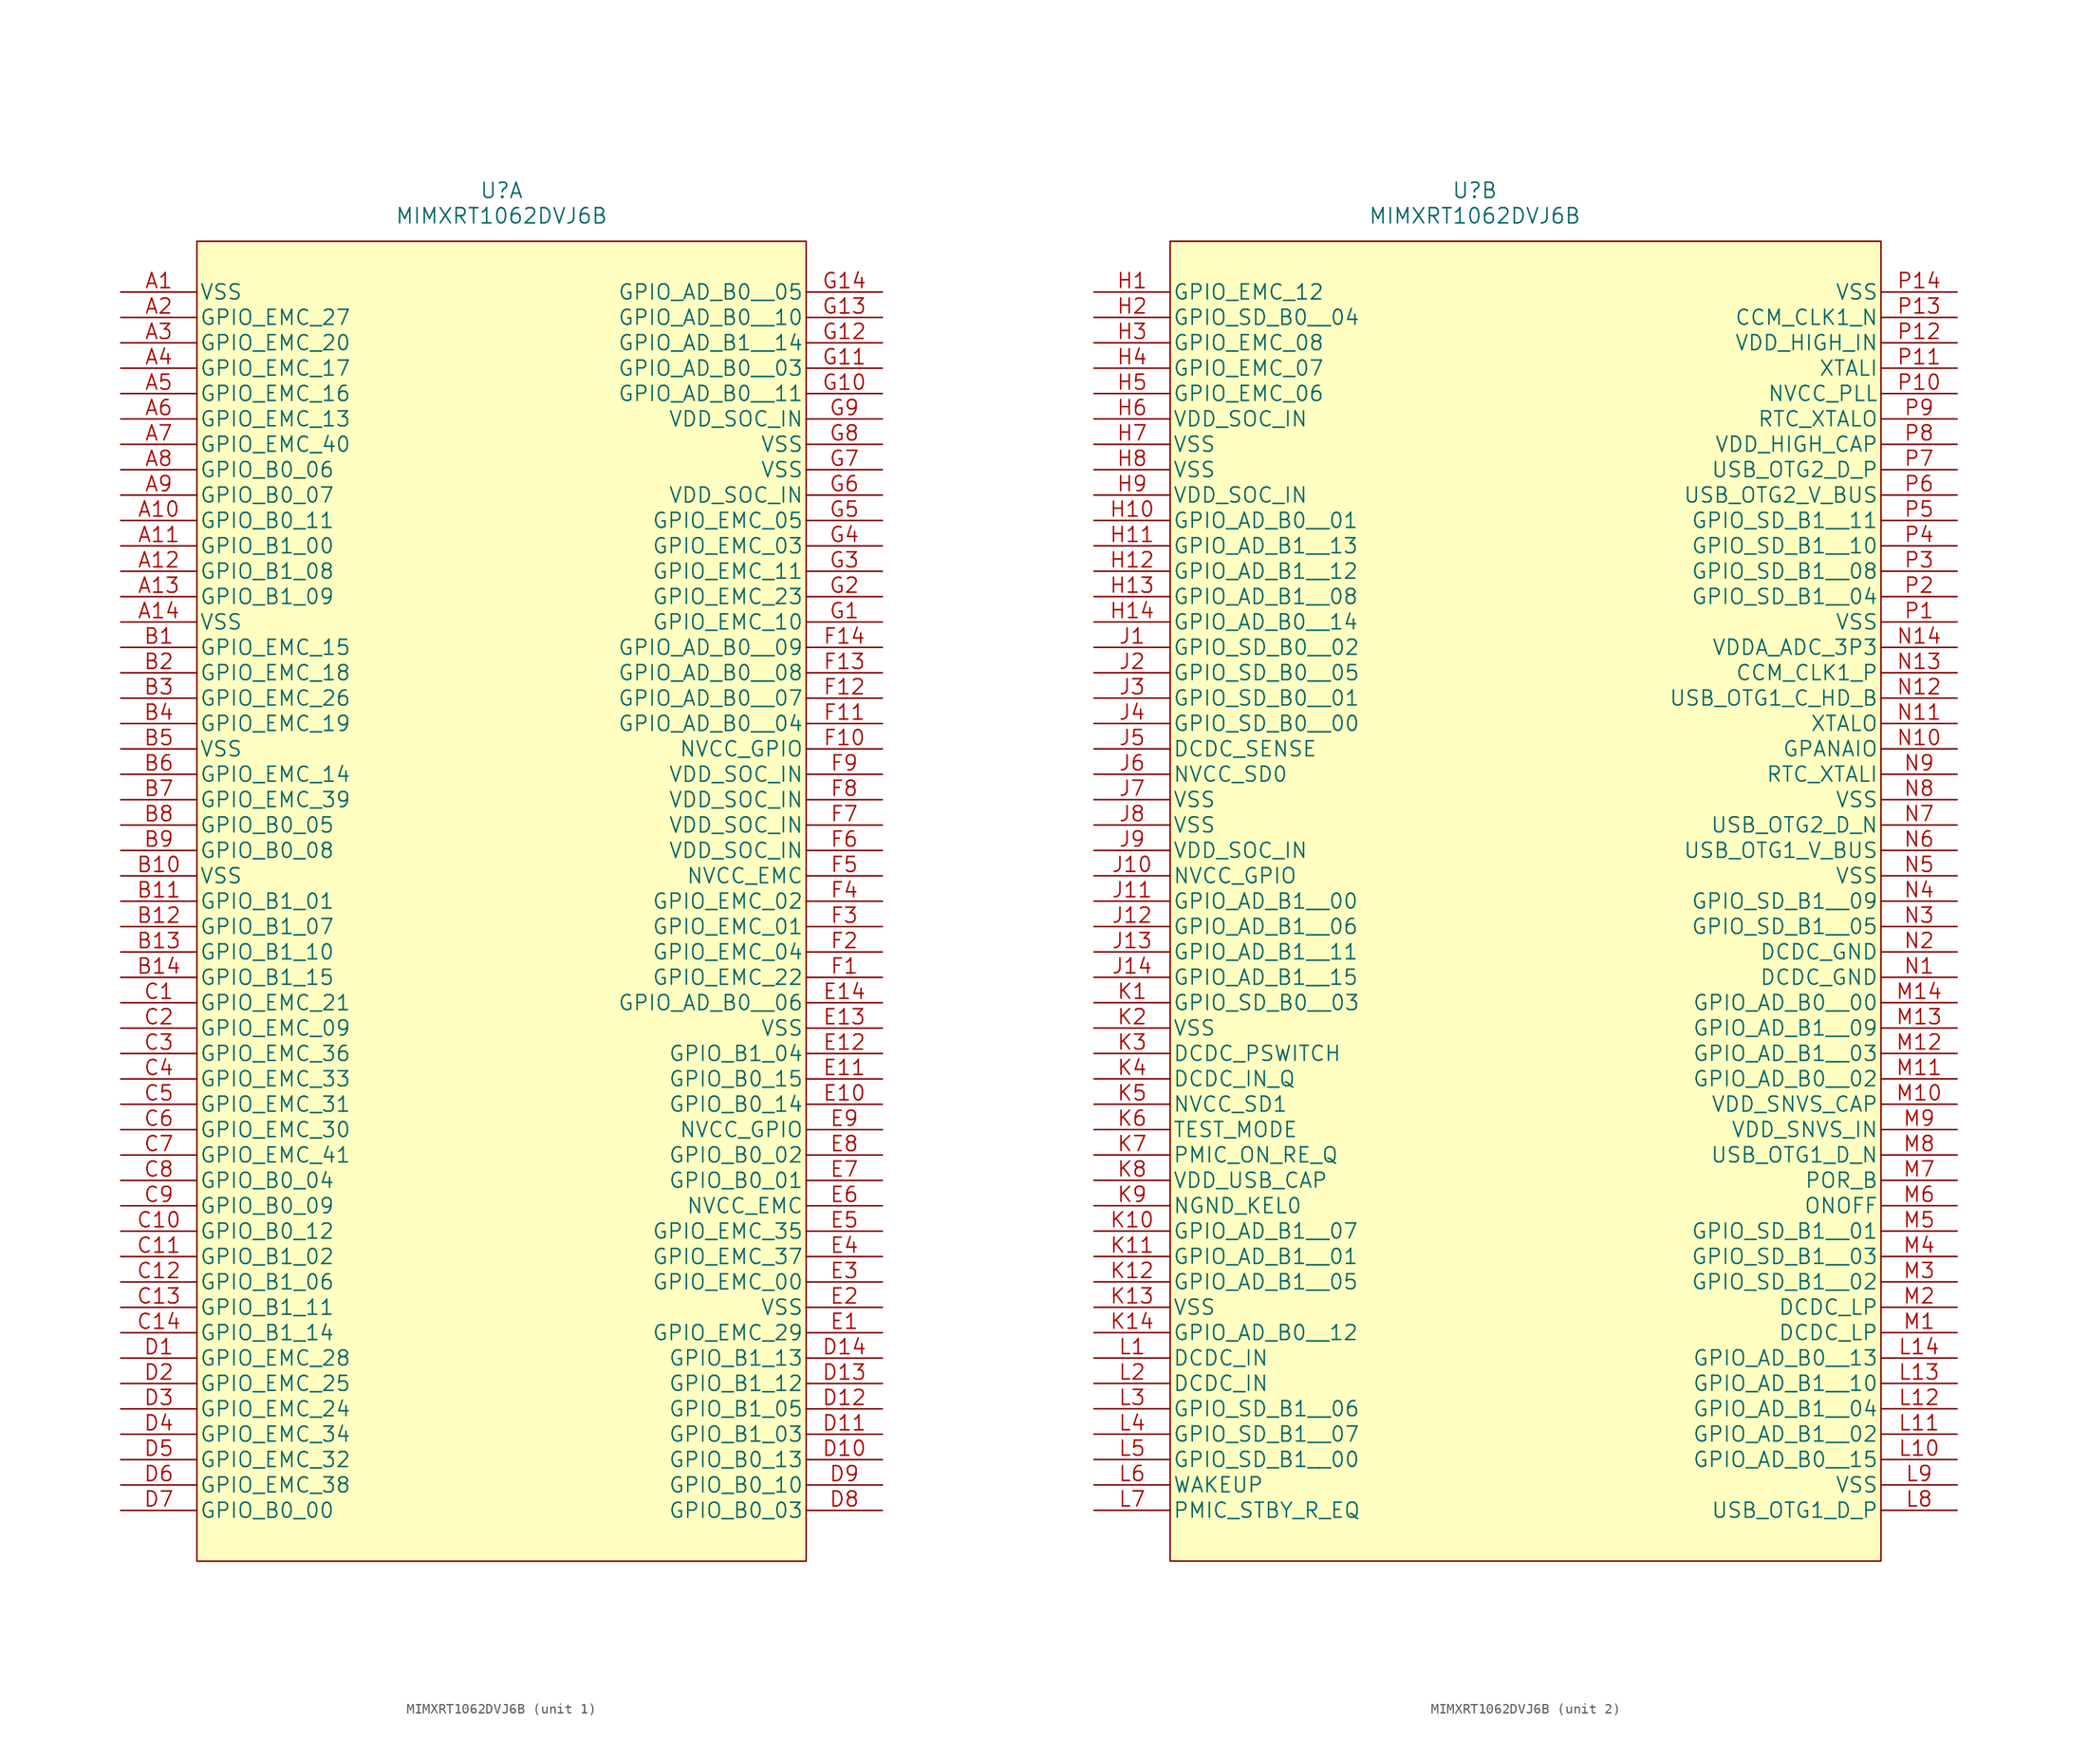
<source format=kicad_sym>
(kicad_symbol_lib
  (version 20220914)
  (generator kicad_symbol_editor)
  (symbol "MIMXRT1062DVJ6B"
    (pin_names
      (offset 0.254))
    (property "Reference" "U"
      (at 38.1 10.16 0)
      (effects (font (size 1.524 1.524))))
    (property "Value" "MIMXRT1062DVJ6B"
      (at 38.1 7.62 0)
      (effects (font (size 1.524 1.524))))
    (property "Datasheet" ""
      (at 0 0 0)
      (effects (font (size 1.524 1.524))))
    (property "ki_locked" ""
      (at 0 0 0)
      (effects (font (size 1.27 1.27))))
    (symbol "MIMXRT1062DVJ6B_1_1"
      (rectangle (start 7.62 5.08) (end 68.58 -127) (stroke (width 0) (type solid)) (fill (type background)))
      (pin power_in line (at 0 0 0) (length 7.62) (name "VSS" (effects (font (size 1.499 1.499)))) (number "A1" (effects (font (size 1.499 1.499)))))
      (pin bidirectional line (at 0 -22.86 0) (length 7.62) (name "GPIO_B0_11" (effects (font (size 1.499 1.499)))) (number "A10" (effects (font (size 1.499 1.499)))))
      (pin bidirectional line (at 0 -25.4 0) (length 7.62) (name "GPIO_B1_00" (effects (font (size 1.499 1.499)))) (number "A11" (effects (font (size 1.499 1.499)))))
      (pin bidirectional line (at 0 -27.94 0) (length 7.62) (name "GPIO_B1_08" (effects (font (size 1.499 1.499)))) (number "A12" (effects (font (size 1.499 1.499)))))
      (pin bidirectional line (at 0 -30.48 0) (length 7.62) (name "GPIO_B1_09" (effects (font (size 1.499 1.499)))) (number "A13" (effects (font (size 1.499 1.499)))))
      (pin power_in line (at 0 -33.02 0) (length 7.62) (name "VSS" (effects (font (size 1.499 1.499)))) (number "A14" (effects (font (size 1.499 1.499)))))
      (pin bidirectional line (at 0 -2.54 0) (length 7.62) (name "GPIO_EMC_27" (effects (font (size 1.499 1.499)))) (number "A2" (effects (font (size 1.499 1.499)))))
      (pin bidirectional line (at 0 -5.08 0) (length 7.62) (name "GPIO_EMC_20" (effects (font (size 1.499 1.499)))) (number "A3" (effects (font (size 1.499 1.499)))))
      (pin bidirectional line (at 0 -7.62 0) (length 7.62) (name "GPIO_EMC_17" (effects (font (size 1.499 1.499)))) (number "A4" (effects (font (size 1.499 1.499)))))
      (pin bidirectional line (at 0 -10.16 0) (length 7.62) (name "GPIO_EMC_16" (effects (font (size 1.499 1.499)))) (number "A5" (effects (font (size 1.499 1.499)))))
      (pin bidirectional line (at 0 -12.7 0) (length 7.62) (name "GPIO_EMC_13" (effects (font (size 1.499 1.499)))) (number "A6" (effects (font (size 1.499 1.499)))))
      (pin bidirectional line (at 0 -15.24 0) (length 7.62) (name "GPIO_EMC_40" (effects (font (size 1.499 1.499)))) (number "A7" (effects (font (size 1.499 1.499)))))
      (pin bidirectional line (at 0 -17.78 0) (length 7.62) (name "GPIO_B0_06" (effects (font (size 1.499 1.499)))) (number "A8" (effects (font (size 1.499 1.499)))))
      (pin bidirectional line (at 0 -20.32 0) (length 7.62) (name "GPIO_B0_07" (effects (font (size 1.499 1.499)))) (number "A9" (effects (font (size 1.499 1.499)))))
      (pin bidirectional line (at 0 -35.56 0) (length 7.62) (name "GPIO_EMC_15" (effects (font (size 1.499 1.499)))) (number "B1" (effects (font (size 1.499 1.499)))))
      (pin bidirectional line (at 0 -58.42 0) (length 7.62) (name "VSS" (effects (font (size 1.499 1.499)))) (number "B10" (effects (font (size 1.499 1.499)))))
      (pin bidirectional line (at 0 -60.96 0) (length 7.62) (name "GPIO_B1_01" (effects (font (size 1.499 1.499)))) (number "B11" (effects (font (size 1.499 1.499)))))
      (pin bidirectional line (at 0 -63.5 0) (length 7.62) (name "GPIO_B1_07" (effects (font (size 1.499 1.499)))) (number "B12" (effects (font (size 1.499 1.499)))))
      (pin bidirectional line (at 0 -66.04 0) (length 7.62) (name "GPIO_B1_10" (effects (font (size 1.499 1.499)))) (number "B13" (effects (font (size 1.499 1.499)))))
      (pin bidirectional line (at 0 -68.58 0) (length 7.62) (name "GPIO_B1_15" (effects (font (size 1.499 1.499)))) (number "B14" (effects (font (size 1.499 1.499)))))
      (pin bidirectional line (at 0 -38.1 0) (length 7.62) (name "GPIO_EMC_18" (effects (font (size 1.499 1.499)))) (number "B2" (effects (font (size 1.499 1.499)))))
      (pin bidirectional line (at 0 -40.64 0) (length 7.62) (name "GPIO_EMC_26" (effects (font (size 1.499 1.499)))) (number "B3" (effects (font (size 1.499 1.499)))))
      (pin bidirectional line (at 0 -43.18 0) (length 7.62) (name "GPIO_EMC_19" (effects (font (size 1.499 1.499)))) (number "B4" (effects (font (size 1.499 1.499)))))
      (pin bidirectional line (at 0 -45.72 0) (length 7.62) (name "VSS" (effects (font (size 1.499 1.499)))) (number "B5" (effects (font (size 1.499 1.499)))))
      (pin bidirectional line (at 0 -48.26 0) (length 7.62) (name "GPIO_EMC_14" (effects (font (size 1.499 1.499)))) (number "B6" (effects (font (size 1.499 1.499)))))
      (pin bidirectional line (at 0 -50.8 0) (length 7.62) (name "GPIO_EMC_39" (effects (font (size 1.499 1.499)))) (number "B7" (effects (font (size 1.499 1.499)))))
      (pin bidirectional line (at 0 -53.34 0) (length 7.62) (name "GPIO_B0_05" (effects (font (size 1.499 1.499)))) (number "B8" (effects (font (size 1.499 1.499)))))
      (pin bidirectional line (at 0 -55.88 0) (length 7.62) (name "GPIO_B0_08" (effects (font (size 1.499 1.499)))) (number "B9" (effects (font (size 1.499 1.499)))))
      (pin bidirectional line (at 0 -71.12 0) (length 7.62) (name "GPIO_EMC_21" (effects (font (size 1.499 1.499)))) (number "C1" (effects (font (size 1.499 1.499)))))
      (pin power_in line (at 0 -93.98 0) (length 7.62) (name "GPIO_B0_12" (effects (font (size 1.499 1.499)))) (number "C10" (effects (font (size 1.499 1.499)))))
      (pin bidirectional line (at 0 -96.52 0) (length 7.62) (name "GPIO_B1_02" (effects (font (size 1.499 1.499)))) (number "C11" (effects (font (size 1.499 1.499)))))
      (pin bidirectional line (at 0 -99.06 0) (length 7.62) (name "GPIO_B1_06" (effects (font (size 1.499 1.499)))) (number "C12" (effects (font (size 1.499 1.499)))))
      (pin bidirectional line (at 0 -101.6 0) (length 7.62) (name "GPIO_B1_11" (effects (font (size 1.499 1.499)))) (number "C13" (effects (font (size 1.499 1.499)))))
      (pin power_in line (at 0 -104.14 0) (length 7.62) (name "GPIO_B1_14" (effects (font (size 1.499 1.499)))) (number "C14" (effects (font (size 1.499 1.499)))))
      (pin bidirectional line (at 0 -73.66 0) (length 7.62) (name "GPIO_EMC_09" (effects (font (size 1.499 1.499)))) (number "C2" (effects (font (size 1.499 1.499)))))
      (pin bidirectional line (at 0 -76.2 0) (length 7.62) (name "GPIO_EMC_36" (effects (font (size 1.499 1.499)))) (number "C3" (effects (font (size 1.499 1.499)))))
      (pin bidirectional line (at 0 -78.74 0) (length 7.62) (name "GPIO_EMC_33" (effects (font (size 1.499 1.499)))) (number "C4" (effects (font (size 1.499 1.499)))))
      (pin bidirectional line (at 0 -81.28 0) (length 7.62) (name "GPIO_EMC_31" (effects (font (size 1.499 1.499)))) (number "C5" (effects (font (size 1.499 1.499)))))
      (pin bidirectional line (at 0 -83.82 0) (length 7.62) (name "GPIO_EMC_30" (effects (font (size 1.499 1.499)))) (number "C6" (effects (font (size 1.499 1.499)))))
      (pin bidirectional line (at 0 -86.36 0) (length 7.62) (name "GPIO_EMC_41" (effects (font (size 1.499 1.499)))) (number "C7" (effects (font (size 1.499 1.499)))))
      (pin bidirectional line (at 0 -88.9 0) (length 7.62) (name "GPIO_B0_04" (effects (font (size 1.499 1.499)))) (number "C8" (effects (font (size 1.499 1.499)))))
      (pin bidirectional line (at 0 -91.44 0) (length 7.62) (name "GPIO_B0_09" (effects (font (size 1.499 1.499)))) (number "C9" (effects (font (size 1.499 1.499)))))
      (pin bidirectional line (at 0 -106.68 0) (length 7.62) (name "GPIO_EMC_28" (effects (font (size 1.499 1.499)))) (number "D1" (effects (font (size 1.499 1.499)))))
      (pin power_in line (at 76.2 -116.84 180) (length 7.62) (name "GPIO_B0_13" (effects (font (size 1.499 1.499)))) (number "D10" (effects (font (size 1.499 1.499)))))
      (pin power_in line (at 76.2 -114.3 180) (length 7.62) (name "GPIO_B1_03" (effects (font (size 1.499 1.499)))) (number "D11" (effects (font (size 1.499 1.499)))))
      (pin power_in line (at 76.2 -111.76 180) (length 7.62) (name "GPIO_B1_05" (effects (font (size 1.499 1.499)))) (number "D12" (effects (font (size 1.499 1.499)))))
      (pin bidirectional line (at 76.2 -109.22 180) (length 7.62) (name "GPIO_B1_12" (effects (font (size 1.499 1.499)))) (number "D13" (effects (font (size 1.499 1.499)))))
      (pin bidirectional line (at 76.2 -106.68 180) (length 7.62) (name "GPIO_B1_13" (effects (font (size 1.499 1.499)))) (number "D14" (effects (font (size 1.499 1.499)))))
      (pin bidirectional line (at 0 -109.22 0) (length 7.62) (name "GPIO_EMC_25" (effects (font (size 1.499 1.499)))) (number "D2" (effects (font (size 1.499 1.499)))))
      (pin power_in line (at 0 -111.76 0) (length 7.62) (name "GPIO_EMC_24" (effects (font (size 1.499 1.499)))) (number "D3" (effects (font (size 1.499 1.499)))))
      (pin bidirectional line (at 0 -114.3 0) (length 7.62) (name "GPIO_EMC_34" (effects (font (size 1.499 1.499)))) (number "D4" (effects (font (size 1.499 1.499)))))
      (pin bidirectional line (at 0 -116.84 0) (length 7.62) (name "GPIO_EMC_32" (effects (font (size 1.499 1.499)))) (number "D5" (effects (font (size 1.499 1.499)))))
      (pin bidirectional line (at 0 -119.38 0) (length 7.62) (name "GPIO_EMC_38" (effects (font (size 1.499 1.499)))) (number "D6" (effects (font (size 1.499 1.499)))))
      (pin bidirectional line (at 0 -121.92 0) (length 7.62) (name "GPIO_B0_00" (effects (font (size 1.499 1.499)))) (number "D7" (effects (font (size 1.499 1.499)))))
      (pin power_in line (at 76.2 -121.92 180) (length 7.62) (name "GPIO_B0_03" (effects (font (size 1.499 1.499)))) (number "D8" (effects (font (size 1.499 1.499)))))
      (pin power_in line (at 76.2 -119.38 180) (length 7.62) (name "GPIO_B0_10" (effects (font (size 1.499 1.499)))) (number "D9" (effects (font (size 1.499 1.499)))))
      (pin bidirectional line (at 76.2 -104.14 180) (length 7.62) (name "GPIO_EMC_29" (effects (font (size 1.499 1.499)))) (number "E1" (effects (font (size 1.499 1.499)))))
      (pin bidirectional line (at 76.2 -81.28 180) (length 7.62) (name "GPIO_B0_14" (effects (font (size 1.499 1.499)))) (number "E10" (effects (font (size 1.499 1.499)))))
      (pin bidirectional line (at 76.2 -78.74 180) (length 7.62) (name "GPIO_B0_15" (effects (font (size 1.499 1.499)))) (number "E11" (effects (font (size 1.499 1.499)))))
      (pin bidirectional line (at 76.2 -76.2 180) (length 7.62) (name "GPIO_B1_04" (effects (font (size 1.499 1.499)))) (number "E12" (effects (font (size 1.499 1.499)))))
      (pin power_in line (at 76.2 -73.66 180) (length 7.62) (name "VSS" (effects (font (size 1.499 1.499)))) (number "E13" (effects (font (size 1.499 1.499)))))
      (pin power_in line (at 76.2 -71.12 180) (length 7.62) (name "GPIO_AD_B0__06" (effects (font (size 1.499 1.499)))) (number "E14" (effects (font (size 1.499 1.499)))))
      (pin bidirectional line (at 76.2 -101.6 180) (length 7.62) (name "VSS" (effects (font (size 1.499 1.499)))) (number "E2" (effects (font (size 1.499 1.499)))))
      (pin bidirectional line (at 76.2 -99.06 180) (length 7.62) (name "GPIO_EMC_00" (effects (font (size 1.499 1.499)))) (number "E3" (effects (font (size 1.499 1.499)))))
      (pin power_in line (at 76.2 -96.52 180) (length 7.62) (name "GPIO_EMC_37" (effects (font (size 1.499 1.499)))) (number "E4" (effects (font (size 1.499 1.499)))))
      (pin power_in line (at 76.2 -93.98 180) (length 7.62) (name "GPIO_EMC_35" (effects (font (size 1.499 1.499)))) (number "E5" (effects (font (size 1.499 1.499)))))
      (pin power_in line (at 76.2 -91.44 180) (length 7.62) (name "NVCC_EMC" (effects (font (size 1.499 1.499)))) (number "E6" (effects (font (size 1.499 1.499)))))
      (pin power_in line (at 76.2 -88.9 180) (length 7.62) (name "GPIO_B0_01" (effects (font (size 1.499 1.499)))) (number "E7" (effects (font (size 1.499 1.499)))))
      (pin bidirectional line (at 76.2 -86.36 180) (length 7.62) (name "GPIO_B0_02" (effects (font (size 1.499 1.499)))) (number "E8" (effects (font (size 1.499 1.499)))))
      (pin bidirectional line (at 76.2 -83.82 180) (length 7.62) (name "NVCC_GPIO" (effects (font (size 1.499 1.499)))) (number "E9" (effects (font (size 1.499 1.499)))))
      (pin power_in line (at 76.2 -68.58 180) (length 7.62) (name "GPIO_EMC_22" (effects (font (size 1.499 1.499)))) (number "F1" (effects (font (size 1.499 1.499)))))
      (pin power_in line (at 76.2 -45.72 180) (length 7.62) (name "NVCC_GPIO" (effects (font (size 1.499 1.499)))) (number "F10" (effects (font (size 1.499 1.499)))))
      (pin power_in line (at 76.2 -43.18 180) (length 7.62) (name "GPIO_AD_B0__04" (effects (font (size 1.499 1.499)))) (number "F11" (effects (font (size 1.499 1.499)))))
      (pin bidirectional line (at 76.2 -40.64 180) (length 7.62) (name "GPIO_AD_B0__07" (effects (font (size 1.499 1.499)))) (number "F12" (effects (font (size 1.499 1.499)))))
      (pin power_in line (at 76.2 -38.1 180) (length 7.62) (name "GPIO_AD_B0__08" (effects (font (size 1.499 1.499)))) (number "F13" (effects (font (size 1.499 1.499)))))
      (pin unspecified line (at 76.2 -35.56 180) (length 7.62) (name "GPIO_AD_B0__09" (effects (font (size 1.499 1.499)))) (number "F14" (effects (font (size 1.499 1.499)))))
      (pin power_in line (at 76.2 -66.04 180) (length 7.62) (name "GPIO_EMC_04" (effects (font (size 1.499 1.499)))) (number "F2" (effects (font (size 1.499 1.499)))))
      (pin bidirectional line (at 76.2 -63.5 180) (length 7.62) (name "GPIO_EMC_01" (effects (font (size 1.499 1.499)))) (number "F3" (effects (font (size 1.499 1.499)))))
      (pin bidirectional line (at 76.2 -60.96 180) (length 7.62) (name "GPIO_EMC_02" (effects (font (size 1.499 1.499)))) (number "F4" (effects (font (size 1.499 1.499)))))
      (pin bidirectional line (at 76.2 -58.42 180) (length 7.62) (name "NVCC_EMC" (effects (font (size 1.499 1.499)))) (number "F5" (effects (font (size 1.499 1.499)))))
      (pin bidirectional line (at 76.2 -55.88 180) (length 7.62) (name "VDD_SOC_IN" (effects (font (size 1.499 1.499)))) (number "F6" (effects (font (size 1.499 1.499)))))
      (pin unspecified line (at 76.2 -53.34 180) (length 7.62) (name "VDD_SOC_IN" (effects (font (size 1.499 1.499)))) (number "F7" (effects (font (size 1.499 1.499)))))
      (pin bidirectional line (at 76.2 -50.8 180) (length 7.62) (name "VDD_SOC_IN" (effects (font (size 1.499 1.499)))) (number "F8" (effects (font (size 1.499 1.499)))))
      (pin power_in line (at 76.2 -48.26 180) (length 7.62) (name "VDD_SOC_IN" (effects (font (size 1.499 1.499)))) (number "F9" (effects (font (size 1.499 1.499)))))
      (pin input line (at 76.2 -33.02 180) (length 7.62) (name "GPIO_EMC_10" (effects (font (size 1.499 1.499)))) (number "G1" (effects (font (size 1.499 1.499)))))
      (pin bidirectional line (at 76.2 -10.16 180) (length 7.62) (name "GPIO_AD_B0__11" (effects (font (size 1.499 1.499)))) (number "G10" (effects (font (size 1.499 1.499)))))
      (pin bidirectional line (at 76.2 -7.62 180) (length 7.62) (name "GPIO_AD_B0__03" (effects (font (size 1.499 1.499)))) (number "G11" (effects (font (size 1.499 1.499)))))
      (pin unspecified line (at 76.2 -5.08 180) (length 7.62) (name "GPIO_AD_B1__14" (effects (font (size 1.499 1.499)))) (number "G12" (effects (font (size 1.499 1.499)))))
      (pin unspecified line (at 76.2 -2.54 180) (length 7.62) (name "GPIO_AD_B0__10" (effects (font (size 1.499 1.499)))) (number "G13" (effects (font (size 1.499 1.499)))))
      (pin bidirectional line (at 76.2 0 180) (length 7.62) (name "GPIO_AD_B0__05" (effects (font (size 1.499 1.499)))) (number "G14" (effects (font (size 1.499 1.499)))))
      (pin bidirectional line (at 76.2 -30.48 180) (length 7.62) (name "GPIO_EMC_23" (effects (font (size 1.499 1.499)))) (number "G2" (effects (font (size 1.499 1.499)))))
      (pin unspecified line (at 76.2 -27.94 180) (length 7.62) (name "GPIO_EMC_11" (effects (font (size 1.499 1.499)))) (number "G3" (effects (font (size 1.499 1.499)))))
      (pin unspecified line (at 76.2 -25.4 180) (length 7.62) (name "GPIO_EMC_03" (effects (font (size 1.499 1.499)))) (number "G4" (effects (font (size 1.499 1.499)))))
      (pin power_in line (at 76.2 -22.86 180) (length 7.62) (name "GPIO_EMC_05" (effects (font (size 1.499 1.499)))) (number "G5" (effects (font (size 1.499 1.499)))))
      (pin power_in line (at 76.2 -20.32 180) (length 7.62) (name "VDD_SOC_IN" (effects (font (size 1.499 1.499)))) (number "G6" (effects (font (size 1.499 1.499)))))
      (pin input line (at 76.2 -17.78 180) (length 7.62) (name "VSS" (effects (font (size 1.499 1.499)))) (number "G7" (effects (font (size 1.499 1.499)))))
      (pin input line (at 76.2 -15.24 180) (length 7.62) (name "VSS" (effects (font (size 1.499 1.499)))) (number "G8" (effects (font (size 1.499 1.499)))))
      (pin bidirectional line (at 76.2 -12.7 180) (length 7.62) (name "VDD_SOC_IN" (effects (font (size 1.499 1.499)))) (number "G9" (effects (font (size 1.499 1.499))))))
    (symbol "MIMXRT1062DVJ6B_2_1"
      (rectangle (start 7.62 5.08) (end 78.74 -127) (stroke (width 0) (type solid)) (fill (type background)))
      (pin power_in line (at 0 0 0) (length 7.62) (name "GPIO_EMC_12" (effects (font (size 1.499 1.499)))) (number "H1" (effects (font (size 1.499 1.499)))))
      (pin power_in line (at 0 -22.86 0) (length 7.62) (name "GPIO_AD_B0__01" (effects (font (size 1.499 1.499)))) (number "H10" (effects (font (size 1.499 1.499)))))
      (pin power_in line (at 0 -25.4 0) (length 7.62) (name "GPIO_AD_B1__13" (effects (font (size 1.499 1.499)))) (number "H11" (effects (font (size 1.499 1.499)))))
      (pin power_in line (at 0 -27.94 0) (length 7.62) (name "GPIO_AD_B1__12" (effects (font (size 1.499 1.499)))) (number "H12" (effects (font (size 1.499 1.499)))))
      (pin bidirectional line (at 0 -30.48 0) (length 7.62) (name "GPIO_AD_B1__08" (effects (font (size 1.499 1.499)))) (number "H13" (effects (font (size 1.499 1.499)))))
      (pin bidirectional line (at 0 -33.02 0) (length 7.62) (name "GPIO_AD_B0__14" (effects (font (size 1.499 1.499)))) (number "H14" (effects (font (size 1.499 1.499)))))
      (pin unspecified line (at 0 -2.54 0) (length 7.62) (name "GPIO_SD_B0__04" (effects (font (size 1.499 1.499)))) (number "H2" (effects (font (size 1.499 1.499)))))
      (pin unspecified line (at 0 -5.08 0) (length 7.62) (name "GPIO_EMC_08" (effects (font (size 1.499 1.499)))) (number "H3" (effects (font (size 1.499 1.499)))))
      (pin bidirectional line (at 0 -7.62 0) (length 7.62) (name "GPIO_EMC_07" (effects (font (size 1.499 1.499)))) (number "H4" (effects (font (size 1.499 1.499)))))
      (pin bidirectional line (at 0 -10.16 0) (length 7.62) (name "GPIO_EMC_06" (effects (font (size 1.499 1.499)))) (number "H5" (effects (font (size 1.499 1.499)))))
      (pin bidirectional line (at 0 -12.7 0) (length 7.62) (name "VDD_SOC_IN" (effects (font (size 1.499 1.499)))) (number "H6" (effects (font (size 1.499 1.499)))))
      (pin unspecified line (at 0 -15.24 0) (length 7.62) (name "VSS" (effects (font (size 1.499 1.499)))) (number "H7" (effects (font (size 1.499 1.499)))))
      (pin unspecified line (at 0 -17.78 0) (length 7.62) (name "VSS" (effects (font (size 1.499 1.499)))) (number "H8" (effects (font (size 1.499 1.499)))))
      (pin bidirectional line (at 0 -20.32 0) (length 7.62) (name "VDD_SOC_IN" (effects (font (size 1.499 1.499)))) (number "H9" (effects (font (size 1.499 1.499)))))
      (pin power_in line (at 0 -35.56 0) (length 7.62) (name "GPIO_SD_B0__02" (effects (font (size 1.499 1.499)))) (number "J1" (effects (font (size 1.499 1.499)))))
      (pin bidirectional line (at 0 -58.42 0) (length 7.62) (name "NVCC_GPIO" (effects (font (size 1.499 1.499)))) (number "J10" (effects (font (size 1.499 1.499)))))
      (pin bidirectional line (at 0 -60.96 0) (length 7.62) (name "GPIO_AD_B1__00" (effects (font (size 1.499 1.499)))) (number "J11" (effects (font (size 1.499 1.499)))))
      (pin bidirectional line (at 0 -63.5 0) (length 7.62) (name "GPIO_AD_B1__06" (effects (font (size 1.499 1.499)))) (number "J12" (effects (font (size 1.499 1.499)))))
      (pin power_in line (at 0 -66.04 0) (length 7.62) (name "GPIO_AD_B1__11" (effects (font (size 1.499 1.499)))) (number "J13" (effects (font (size 1.499 1.499)))))
      (pin output line (at 0 -68.58 0) (length 7.62) (name "GPIO_AD_B1__15" (effects (font (size 1.499 1.499)))) (number "J14" (effects (font (size 1.499 1.499)))))
      (pin bidirectional line (at 0 -38.1 0) (length 7.62) (name "GPIO_SD_B0__05" (effects (font (size 1.499 1.499)))) (number "J2" (effects (font (size 1.499 1.499)))))
      (pin bidirectional line (at 0 -40.64 0) (length 7.62) (name "GPIO_SD_B0__01" (effects (font (size 1.499 1.499)))) (number "J3" (effects (font (size 1.499 1.499)))))
      (pin power_in line (at 0 -43.18 0) (length 7.62) (name "GPIO_SD_B0__00" (effects (font (size 1.499 1.499)))) (number "J4" (effects (font (size 1.499 1.499)))))
      (pin input line (at 0 -45.72 0) (length 7.62) (name "DCDC_SENSE" (effects (font (size 1.499 1.499)))) (number "J5" (effects (font (size 1.499 1.499)))))
      (pin power_in line (at 0 -48.26 0) (length 7.62) (name "NVCC_SD0" (effects (font (size 1.499 1.499)))) (number "J6" (effects (font (size 1.499 1.499)))))
      (pin bidirectional line (at 0 -50.8 0) (length 7.62) (name "VSS" (effects (font (size 1.499 1.499)))) (number "J7" (effects (font (size 1.499 1.499)))))
      (pin bidirectional line (at 0 -53.34 0) (length 7.62) (name "VSS" (effects (font (size 1.499 1.499)))) (number "J8" (effects (font (size 1.499 1.499)))))
      (pin bidirectional line (at 0 -55.88 0) (length 7.62) (name "VDD_SOC_IN" (effects (font (size 1.499 1.499)))) (number "J9" (effects (font (size 1.499 1.499)))))
      (pin bidirectional line (at 0 -71.12 0) (length 7.62) (name "GPIO_SD_B0__03" (effects (font (size 1.499 1.499)))) (number "K1" (effects (font (size 1.499 1.499)))))
      (pin bidirectional line (at 0 -93.98 0) (length 7.62) (name "GPIO_AD_B1__07" (effects (font (size 1.499 1.499)))) (number "K10" (effects (font (size 1.499 1.499)))))
      (pin bidirectional line (at 0 -96.52 0) (length 7.62) (name "GPIO_AD_B1__01" (effects (font (size 1.499 1.499)))) (number "K11" (effects (font (size 1.499 1.499)))))
      (pin bidirectional line (at 0 -99.06 0) (length 7.62) (name "GPIO_AD_B1__05" (effects (font (size 1.499 1.499)))) (number "K12" (effects (font (size 1.499 1.499)))))
      (pin bidirectional line (at 0 -101.6 0) (length 7.62) (name "VSS" (effects (font (size 1.499 1.499)))) (number "K13" (effects (font (size 1.499 1.499)))))
      (pin bidirectional line (at 0 -104.14 0) (length 7.62) (name "GPIO_AD_B0__12" (effects (font (size 1.499 1.499)))) (number "K14" (effects (font (size 1.499 1.499)))))
      (pin bidirectional line (at 0 -73.66 0) (length 7.62) (name "VSS" (effects (font (size 1.499 1.499)))) (number "K2" (effects (font (size 1.499 1.499)))))
      (pin bidirectional line (at 0 -76.2 0) (length 7.62) (name "DCDC_PSWITCH" (effects (font (size 1.499 1.499)))) (number "K3" (effects (font (size 1.499 1.499)))))
      (pin bidirectional line (at 0 -78.74 0) (length 7.62) (name "DCDC_IN_Q" (effects (font (size 1.499 1.499)))) (number "K4" (effects (font (size 1.499 1.499)))))
      (pin power_in line (at 0 -81.28 0) (length 7.62) (name "NVCC_SD1" (effects (font (size 1.499 1.499)))) (number "K5" (effects (font (size 1.499 1.499)))))
      (pin power_in line (at 0 -83.82 0) (length 7.62) (name "TEST_MODE" (effects (font (size 1.499 1.499)))) (number "K6" (effects (font (size 1.499 1.499)))))
      (pin bidirectional line (at 0 -86.36 0) (length 7.62) (name "PMIC_ON_RE_Q" (effects (font (size 1.499 1.499)))) (number "K7" (effects (font (size 1.499 1.499)))))
      (pin bidirectional line (at 0 -88.9 0) (length 7.62) (name "VDD_USB_CAP" (effects (font (size 1.499 1.499)))) (number "K8" (effects (font (size 1.499 1.499)))))
      (pin bidirectional line (at 0 -91.44 0) (length 7.62) (name "NGND_KEL0" (effects (font (size 1.499 1.499)))) (number "K9" (effects (font (size 1.499 1.499)))))
      (pin bidirectional line (at 0 -106.68 0) (length 7.62) (name "DCDC_IN" (effects (font (size 1.499 1.499)))) (number "L1" (effects (font (size 1.499 1.499)))))
      (pin power_in line (at 86.36 -116.84 180) (length 7.62) (name "GPIO_AD_B0__15" (effects (font (size 1.499 1.499)))) (number "L10" (effects (font (size 1.499 1.499)))))
      (pin bidirectional line (at 86.36 -114.3 180) (length 7.62) (name "GPIO_AD_B1__02" (effects (font (size 1.499 1.499)))) (number "L11" (effects (font (size 1.499 1.499)))))
      (pin power_in line (at 86.36 -111.76 180) (length 7.62) (name "GPIO_AD_B1__04" (effects (font (size 1.499 1.499)))) (number "L12" (effects (font (size 1.499 1.499)))))
      (pin bidirectional line (at 86.36 -109.22 180) (length 7.62) (name "GPIO_AD_B1__10" (effects (font (size 1.499 1.499)))) (number "L13" (effects (font (size 1.499 1.499)))))
      (pin bidirectional line (at 86.36 -106.68 180) (length 7.62) (name "GPIO_AD_B0__13" (effects (font (size 1.499 1.499)))) (number "L14" (effects (font (size 1.499 1.499)))))
      (pin bidirectional line (at 0 -109.22 0) (length 7.62) (name "DCDC_IN" (effects (font (size 1.499 1.499)))) (number "L2" (effects (font (size 1.499 1.499)))))
      (pin bidirectional line (at 0 -111.76 0) (length 7.62) (name "GPIO_SD_B1__06" (effects (font (size 1.499 1.499)))) (number "L3" (effects (font (size 1.499 1.499)))))
      (pin bidirectional line (at 0 -114.3 0) (length 7.62) (name "GPIO_SD_B1__07" (effects (font (size 1.499 1.499)))) (number "L4" (effects (font (size 1.499 1.499)))))
      (pin bidirectional line (at 0 -116.84 0) (length 7.62) (name "GPIO_SD_B1__00" (effects (font (size 1.499 1.499)))) (number "L5" (effects (font (size 1.499 1.499)))))
      (pin bidirectional line (at 0 -119.38 0) (length 7.62) (name "WAKEUP" (effects (font (size 1.499 1.499)))) (number "L6" (effects (font (size 1.499 1.499)))))
      (pin bidirectional line (at 0 -121.92 0) (length 7.62) (name "PMIC_STBY_R_EQ" (effects (font (size 1.499 1.499)))) (number "L7" (effects (font (size 1.499 1.499)))))
      (pin bidirectional line (at 86.36 -121.92 180) (length 7.62) (name "USB_OTG1_D_P" (effects (font (size 1.499 1.499)))) (number "L8" (effects (font (size 1.499 1.499)))))
      (pin bidirectional line (at 86.36 -119.38 180) (length 7.62) (name "VSS" (effects (font (size 1.499 1.499)))) (number "L9" (effects (font (size 1.499 1.499)))))
      (pin bidirectional line (at 86.36 -104.14 180) (length 7.62) (name "DCDC_LP" (effects (font (size 1.499 1.499)))) (number "M1" (effects (font (size 1.499 1.499)))))
      (pin bidirectional line (at 86.36 -81.28 180) (length 7.62) (name "VDD_SNVS_CAP" (effects (font (size 1.499 1.499)))) (number "M10" (effects (font (size 1.499 1.499)))))
      (pin bidirectional line (at 86.36 -78.74 180) (length 7.62) (name "GPIO_AD_B0__02" (effects (font (size 1.499 1.499)))) (number "M11" (effects (font (size 1.499 1.499)))))
      (pin bidirectional line (at 86.36 -76.2 180) (length 7.62) (name "GPIO_AD_B1__03" (effects (font (size 1.499 1.499)))) (number "M12" (effects (font (size 1.499 1.499)))))
      (pin power_in line (at 86.36 -73.66 180) (length 7.62) (name "GPIO_AD_B1__09" (effects (font (size 1.499 1.499)))) (number "M13" (effects (font (size 1.499 1.499)))))
      (pin bidirectional line (at 86.36 -71.12 180) (length 7.62) (name "GPIO_AD_B0__00" (effects (font (size 1.499 1.499)))) (number "M14" (effects (font (size 1.499 1.499)))))
      (pin bidirectional line (at 86.36 -101.6 180) (length 7.62) (name "DCDC_LP" (effects (font (size 1.499 1.499)))) (number "M2" (effects (font (size 1.499 1.499)))))
      (pin bidirectional line (at 86.36 -99.06 180) (length 7.62) (name "GPIO_SD_B1__02" (effects (font (size 1.499 1.499)))) (number "M3" (effects (font (size 1.499 1.499)))))
      (pin bidirectional line (at 86.36 -96.52 180) (length 7.62) (name "GPIO_SD_B1__03" (effects (font (size 1.499 1.499)))) (number "M4" (effects (font (size 1.499 1.499)))))
      (pin bidirectional line (at 86.36 -93.98 180) (length 7.62) (name "GPIO_SD_B1__01" (effects (font (size 1.499 1.499)))) (number "M5" (effects (font (size 1.499 1.499)))))
      (pin bidirectional line (at 86.36 -91.44 180) (length 7.62) (name "ONOFF" (effects (font (size 1.499 1.499)))) (number "M6" (effects (font (size 1.499 1.499)))))
      (pin bidirectional line (at 86.36 -88.9 180) (length 7.62) (name "POR_B" (effects (font (size 1.499 1.499)))) (number "M7" (effects (font (size 1.499 1.499)))))
      (pin bidirectional line (at 86.36 -86.36 180) (length 7.62) (name "USB_OTG1_D_N" (effects (font (size 1.499 1.499)))) (number "M8" (effects (font (size 1.499 1.499)))))
      (pin bidirectional line (at 86.36 -83.82 180) (length 7.62) (name "VDD_SNVS_IN" (effects (font (size 1.499 1.499)))) (number "M9" (effects (font (size 1.499 1.499)))))
      (pin bidirectional line (at 86.36 -68.58 180) (length 7.62) (name "DCDC_GND" (effects (font (size 1.499 1.499)))) (number "N1" (effects (font (size 1.499 1.499)))))
      (pin bidirectional line (at 86.36 -45.72 180) (length 7.62) (name "GPANAIO" (effects (font (size 1.499 1.499)))) (number "N10" (effects (font (size 1.499 1.499)))))
      (pin bidirectional line (at 86.36 -43.18 180) (length 7.62) (name "XTALO" (effects (font (size 1.499 1.499)))) (number "N11" (effects (font (size 1.499 1.499)))))
      (pin bidirectional line (at 86.36 -40.64 180) (length 7.62) (name "USB_OTG1_C_HD_B" (effects (font (size 1.499 1.499)))) (number "N12" (effects (font (size 1.499 1.499)))))
      (pin bidirectional line (at 86.36 -38.1 180) (length 7.62) (name "CCM_CLK1_P" (effects (font (size 1.499 1.499)))) (number "N13" (effects (font (size 1.499 1.499)))))
      (pin power_in line (at 86.36 -35.56 180) (length 7.62) (name "VDDA_ADC_3P3" (effects (font (size 1.499 1.499)))) (number "N14" (effects (font (size 1.499 1.499)))))
      (pin bidirectional line (at 86.36 -66.04 180) (length 7.62) (name "DCDC_GND" (effects (font (size 1.499 1.499)))) (number "N2" (effects (font (size 1.499 1.499)))))
      (pin bidirectional line (at 86.36 -63.5 180) (length 7.62) (name "GPIO_SD_B1__05" (effects (font (size 1.499 1.499)))) (number "N3" (effects (font (size 1.499 1.499)))))
      (pin bidirectional line (at 86.36 -60.96 180) (length 7.62) (name "GPIO_SD_B1__09" (effects (font (size 1.499 1.499)))) (number "N4" (effects (font (size 1.499 1.499)))))
      (pin bidirectional line (at 86.36 -58.42 180) (length 7.62) (name "VSS" (effects (font (size 1.499 1.499)))) (number "N5" (effects (font (size 1.499 1.499)))))
      (pin bidirectional line (at 86.36 -55.88 180) (length 7.62) (name "USB_OTG1_V_BUS" (effects (font (size 1.499 1.499)))) (number "N6" (effects (font (size 1.499 1.499)))))
      (pin power_in line (at 86.36 -53.34 180) (length 7.62) (name "USB_OTG2_D_N" (effects (font (size 1.499 1.499)))) (number "N7" (effects (font (size 1.499 1.499)))))
      (pin bidirectional line (at 86.36 -50.8 180) (length 7.62) (name "VSS" (effects (font (size 1.499 1.499)))) (number "N8" (effects (font (size 1.499 1.499)))))
      (pin bidirectional line (at 86.36 -48.26 180) (length 7.62) (name "RTC_XTALI" (effects (font (size 1.499 1.499)))) (number "N9" (effects (font (size 1.499 1.499)))))
      (pin bidirectional line (at 86.36 -33.02 180) (length 7.62) (name "VSS" (effects (font (size 1.499 1.499)))) (number "P1" (effects (font (size 1.499 1.499)))))
      (pin power_in line (at 86.36 -10.16 180) (length 7.62) (name "NVCC_PLL" (effects (font (size 1.499 1.499)))) (number "P10" (effects (font (size 1.499 1.499)))))
      (pin input line (at 86.36 -7.62 180) (length 7.62) (name "XTALI" (effects (font (size 1.499 1.499)))) (number "P11" (effects (font (size 1.499 1.499)))))
      (pin power_in line (at 86.36 -5.08 180) (length 7.62) (name "VDD_HIGH_IN" (effects (font (size 1.499 1.499)))) (number "P12" (effects (font (size 1.499 1.499)))))
      (pin bidirectional line (at 86.36 -2.54 180) (length 7.62) (name "CCM_CLK1_N" (effects (font (size 1.499 1.499)))) (number "P13" (effects (font (size 1.499 1.499)))))
      (pin power_in line (at 86.36 0 180) (length 7.62) (name "VSS" (effects (font (size 1.499 1.499)))) (number "P14" (effects (font (size 1.499 1.499)))))
      (pin bidirectional line (at 86.36 -30.48 180) (length 7.62) (name "GPIO_SD_B1__04" (effects (font (size 1.499 1.499)))) (number "P2" (effects (font (size 1.499 1.499)))))
      (pin bidirectional line (at 86.36 -27.94 180) (length 7.62) (name "GPIO_SD_B1__08" (effects (font (size 1.499 1.499)))) (number "P3" (effects (font (size 1.499 1.499)))))
      (pin bidirectional line (at 86.36 -25.4 180) (length 7.62) (name "GPIO_SD_B1__10" (effects (font (size 1.499 1.499)))) (number "P4" (effects (font (size 1.499 1.499)))))
      (pin bidirectional line (at 86.36 -22.86 180) (length 7.62) (name "GPIO_SD_B1__11" (effects (font (size 1.499 1.499)))) (number "P5" (effects (font (size 1.499 1.499)))))
      (pin output line (at 86.36 -20.32 180) (length 7.62) (name "USB_OTG2_V_BUS" (effects (font (size 1.499 1.499)))) (number "P6" (effects (font (size 1.499 1.499)))))
      (pin bidirectional line (at 86.36 -17.78 180) (length 7.62) (name "USB_OTG2_D_P" (effects (font (size 1.499 1.499)))) (number "P7" (effects (font (size 1.499 1.499)))))
      (pin bidirectional line (at 86.36 -15.24 180) (length 7.62) (name "VDD_HIGH_CAP" (effects (font (size 1.499 1.499)))) (number "P8" (effects (font (size 1.499 1.499)))))
      (pin power_in line (at 86.36 -12.7 180) (length 7.62) (name "RTC_XTALO" (effects (font (size 1.499 1.499)))) (number "P9" (effects (font (size 1.499 1.499))))))))
</source>
